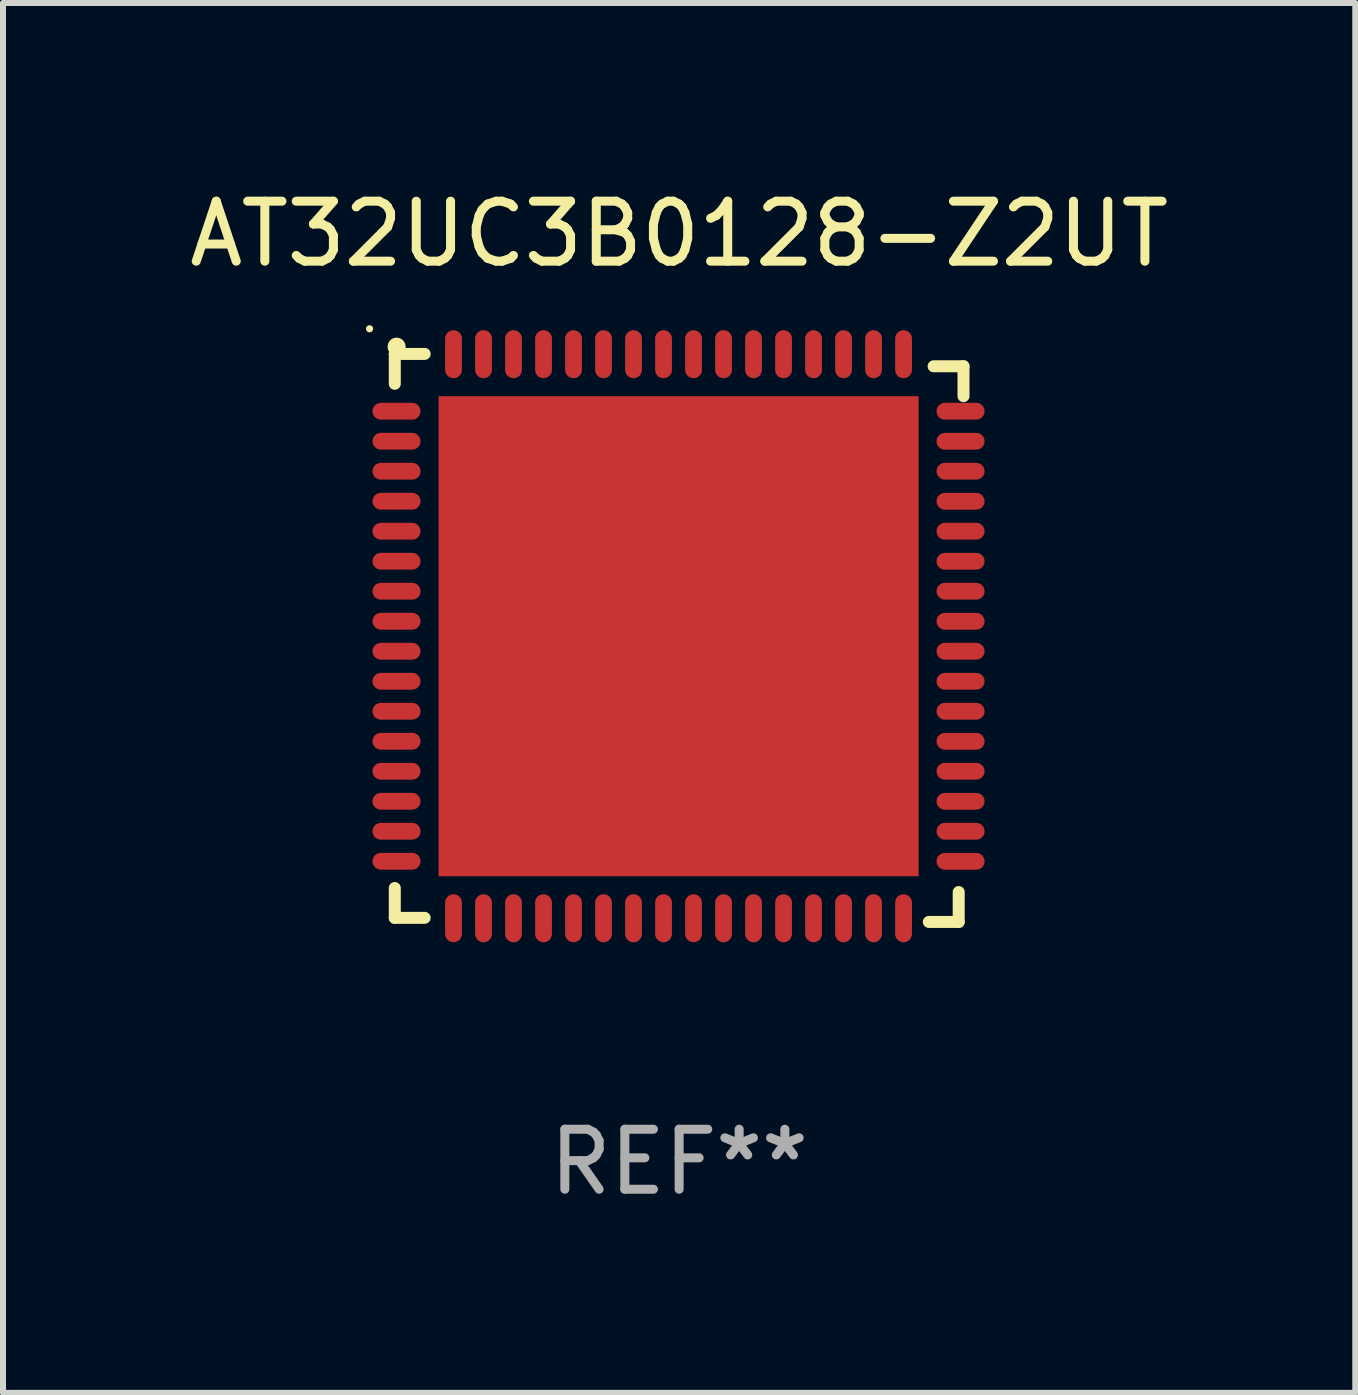
<source format=kicad_pcb>
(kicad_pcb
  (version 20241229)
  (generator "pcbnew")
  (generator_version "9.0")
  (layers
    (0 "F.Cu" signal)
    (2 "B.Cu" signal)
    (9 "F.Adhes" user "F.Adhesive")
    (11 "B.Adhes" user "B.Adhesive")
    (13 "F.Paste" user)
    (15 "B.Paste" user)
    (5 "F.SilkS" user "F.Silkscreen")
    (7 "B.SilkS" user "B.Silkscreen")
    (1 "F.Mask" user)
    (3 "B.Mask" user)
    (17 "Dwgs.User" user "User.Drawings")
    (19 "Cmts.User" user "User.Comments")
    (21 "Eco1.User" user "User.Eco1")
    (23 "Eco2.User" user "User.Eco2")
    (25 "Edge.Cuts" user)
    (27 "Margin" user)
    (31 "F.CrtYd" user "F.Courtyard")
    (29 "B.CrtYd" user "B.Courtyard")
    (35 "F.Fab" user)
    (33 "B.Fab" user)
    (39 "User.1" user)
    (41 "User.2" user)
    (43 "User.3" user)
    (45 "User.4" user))
  (footprint "AT32UC3B0128-Z2UT"
    (layer "F.Cu")
    (at 8.268 7.581)
    (property "Reference" "AT32UC3B0128-Z2UT" (at 0 -6.733 0) (layer "F.SilkS") (effects (font (size 1 1) (thickness 0.15))))
    (attr through_hole)
    (fp_line (start -4.739 -4.733) (end -4.241 -4.733) (stroke (width 0.2) (type solid)) (layer "F.SilkS"))
    (fp_line (start -4.739 -4.235) (end -4.739 -4.733) (stroke (width 0.2) (type solid)) (layer "F.SilkS"))
    (fp_line (start -4.739 4.168) (end -4.739 4.665) (stroke (width 0.2) (type solid)) (layer "F.SilkS"))
    (fp_line (start -4.739 4.665) (end -4.241 4.665) (stroke (width 0.2) (type solid)) (layer "F.SilkS"))
    (fp_line (start 4.161 4.733) (end 4.659 4.733) (stroke (width 0.2) (type solid)) (layer "F.SilkS"))
    (fp_line (start 4.241 -4.527) (end 4.739 -4.527) (stroke (width 0.2) (type solid)) (layer "F.SilkS"))
    (fp_line (start 4.659 4.733) (end 4.659 4.235) (stroke (width 0.2) (type solid)) (layer "F.SilkS"))
    (fp_line (start 4.739 -4.527) (end 4.739 -4.029) (stroke (width 0.2) (type solid)) (layer "F.SilkS"))
    (fp_arc (start -4.708623 -4.85108) (mid -4.708628 -4.85235) (end -4.708623 -4.85362) (stroke (width 0.3) (type solid)) (layer "F.SilkS"))
    (fp_circle (center -5.159 -5.152) (end -5.129 -5.152) (stroke (width 0.06) (type solid)) (fill no) (layer "F.SilkS"))
    (fp_text user "REF**" (at 0 8.733 0) (layer "F.Fab") (effects (font (size 1 1) (thickness 0.15))))
    (pad "1" smd oval (at -4.71 -3.778 90) (size 0.28 0.8) (layers "F.Cu" "F.Mask" "F.Paste"))
    (pad "2" smd oval (at -4.71 -3.278 90) (size 0.28 0.8) (layers "F.Cu" "F.Mask" "F.Paste"))
    (pad "3" smd oval (at -4.71 -2.778 90) (size 0.28 0.8) (layers "F.Cu" "F.Mask" "F.Paste"))
    (pad "4" smd oval (at -4.71 -2.278 90) (size 0.28 0.8) (layers "F.Cu" "F.Mask" "F.Paste"))
    (pad "5" smd oval (at -4.71 -1.778 90) (size 0.28 0.8) (layers "F.Cu" "F.Mask" "F.Paste"))
    (pad "6" smd oval (at -4.71 -1.278 90) (size 0.28 0.8) (layers "F.Cu" "F.Mask" "F.Paste"))
    (pad "7" smd oval (at -4.71 -0.778 90) (size 0.28 0.8) (layers "F.Cu" "F.Mask" "F.Paste"))
    (pad "8" smd oval (at -4.71 -0.278 90) (size 0.28 0.8) (layers "F.Cu" "F.Mask" "F.Paste"))
    (pad "9" smd oval (at -4.71 0.222 90) (size 0.28 0.8) (layers "F.Cu" "F.Mask" "F.Paste"))
    (pad "10" smd oval (at -4.71 0.722 90) (size 0.28 0.8) (layers "F.Cu" "F.Mask" "F.Paste"))
    (pad "11" smd oval (at -4.71 1.222 90) (size 0.28 0.8) (layers "F.Cu" "F.Mask" "F.Paste"))
    (pad "12" smd oval (at -4.71 1.722 90) (size 0.28 0.8) (layers "F.Cu" "F.Mask" "F.Paste"))
    (pad "13" smd oval (at -4.71 2.222 90) (size 0.28 0.8) (layers "F.Cu" "F.Mask" "F.Paste"))
    (pad "14" smd oval (at -4.71 2.722 90) (size 0.28 0.8) (layers "F.Cu" "F.Mask" "F.Paste"))
    (pad "15" smd oval (at -4.71 3.222 90) (size 0.28 0.8) (layers "F.Cu" "F.Mask" "F.Paste"))
    (pad "16" smd oval (at -4.71 3.722 90) (size 0.28 0.8) (layers "F.Cu" "F.Mask" "F.Paste"))
    (pad "17" smd oval (at -3.76 4.672 180) (size 0.28 0.8) (layers "F.Cu" "F.Mask" "F.Paste"))
    (pad "18" smd oval (at -3.26 4.672 180) (size 0.28 0.8) (layers "F.Cu" "F.Mask" "F.Paste"))
    (pad "19" smd oval (at -2.76 4.672 180) (size 0.28 0.8) (layers "F.Cu" "F.Mask" "F.Paste"))
    (pad "20" smd oval (at -2.26 4.672 180) (size 0.28 0.8) (layers "F.Cu" "F.Mask" "F.Paste"))
    (pad "21" smd oval (at -1.76 4.672 180) (size 0.28 0.8) (layers "F.Cu" "F.Mask" "F.Paste"))
    (pad "22" smd oval (at -1.26 4.672 180) (size 0.28 0.8) (layers "F.Cu" "F.Mask" "F.Paste"))
    (pad "23" smd oval (at -0.76 4.672 180) (size 0.28 0.8) (layers "F.Cu" "F.Mask" "F.Paste"))
    (pad "24" smd oval (at -0.26 4.672 180) (size 0.28 0.8) (layers "F.Cu" "F.Mask" "F.Paste"))
    (pad "25" smd oval (at 0.24 4.672 180) (size 0.28 0.8) (layers "F.Cu" "F.Mask" "F.Paste"))
    (pad "26" smd oval (at 0.74 4.672 180) (size 0.28 0.8) (layers "F.Cu" "F.Mask" "F.Paste"))
    (pad "27" smd oval (at 1.24 4.672 180) (size 0.28 0.8) (layers "F.Cu" "F.Mask" "F.Paste"))
    (pad "28" smd oval (at 1.74 4.672 180) (size 0.28 0.8) (layers "F.Cu" "F.Mask" "F.Paste"))
    (pad "29" smd oval (at 2.24 4.672 180) (size 0.28 0.8) (layers "F.Cu" "F.Mask" "F.Paste"))
    (pad "30" smd oval (at 2.74 4.672 180) (size 0.28 0.8) (layers "F.Cu" "F.Mask" "F.Paste"))
    (pad "31" smd oval (at 3.24 4.672 180) (size 0.28 0.8) (layers "F.Cu" "F.Mask" "F.Paste"))
    (pad "32" smd oval (at 3.74 4.672 180) (size 0.28 0.8) (layers "F.Cu" "F.Mask" "F.Paste"))
    (pad "33" smd oval (at 4.69 3.723 270) (size 0.28 0.8) (layers "F.Cu" "F.Mask" "F.Paste"))
    (pad "34" smd oval (at 4.69 3.222 270) (size 0.28 0.8) (layers "F.Cu" "F.Mask" "F.Paste"))
    (pad "35" smd oval (at 4.69 2.723 270) (size 0.28 0.8) (layers "F.Cu" "F.Mask" "F.Paste"))
    (pad "36" smd oval (at 4.69 2.222 270) (size 0.28 0.8) (layers "F.Cu" "F.Mask" "F.Paste"))
    (pad "37" smd oval (at 4.69 1.723 270) (size 0.28 0.8) (layers "F.Cu" "F.Mask" "F.Paste"))
    (pad "38" smd oval (at 4.69 1.222 270) (size 0.28 0.8) (layers "F.Cu" "F.Mask" "F.Paste"))
    (pad "39" smd oval (at 4.69 0.723 270) (size 0.28 0.8) (layers "F.Cu" "F.Mask" "F.Paste"))
    (pad "40" smd oval (at 4.69 0.222 270) (size 0.28 0.8) (layers "F.Cu" "F.Mask" "F.Paste"))
    (pad "41" smd oval (at 4.69 -0.277 270) (size 0.28 0.8) (layers "F.Cu" "F.Mask" "F.Paste"))
    (pad "42" smd oval (at 4.69 -0.778 270) (size 0.28 0.8) (layers "F.Cu" "F.Mask" "F.Paste"))
    (pad "43" smd oval (at 4.69 -1.277 270) (size 0.28 0.8) (layers "F.Cu" "F.Mask" "F.Paste"))
    (pad "44" smd oval (at 4.69 -1.778 270) (size 0.28 0.8) (layers "F.Cu" "F.Mask" "F.Paste"))
    (pad "45" smd oval (at 4.69 -2.277 270) (size 0.28 0.8) (layers "F.Cu" "F.Mask" "F.Paste"))
    (pad "46" smd oval (at 4.69 -2.778 270) (size 0.28 0.8) (layers "F.Cu" "F.Mask" "F.Paste"))
    (pad "47" smd oval (at 4.69 -3.277 270) (size 0.28 0.8) (layers "F.Cu" "F.Mask" "F.Paste"))
    (pad "48" smd oval (at 4.69 -3.778 270) (size 0.28 0.8) (layers "F.Cu" "F.Mask" "F.Paste"))
    (pad "49" smd oval (at 3.74 -4.728) (size 0.28 0.8) (layers "F.Cu" "F.Mask" "F.Paste"))
    (pad "50" smd oval (at 3.24 -4.728) (size 0.28 0.8) (layers "F.Cu" "F.Mask" "F.Paste"))
    (pad "51" smd oval (at 2.74 -4.728) (size 0.28 0.8) (layers "F.Cu" "F.Mask" "F.Paste"))
    (pad "52" smd oval (at 2.24 -4.728) (size 0.28 0.8) (layers "F.Cu" "F.Mask" "F.Paste"))
    (pad "53" smd oval (at 1.74 -4.728) (size 0.28 0.8) (layers "F.Cu" "F.Mask" "F.Paste"))
    (pad "54" smd oval (at 1.24 -4.728) (size 0.28 0.8) (layers "F.Cu" "F.Mask" "F.Paste"))
    (pad "55" smd oval (at 0.74 -4.728) (size 0.28 0.8) (layers "F.Cu" "F.Mask" "F.Paste"))
    (pad "56" smd oval (at 0.24 -4.728) (size 0.28 0.8) (layers "F.Cu" "F.Mask" "F.Paste"))
    (pad "57" smd oval (at -0.26 -4.728) (size 0.28 0.8) (layers "F.Cu" "F.Mask" "F.Paste"))
    (pad "58" smd oval (at -0.76 -4.728) (size 0.28 0.8) (layers "F.Cu" "F.Mask" "F.Paste"))
    (pad "59" smd oval (at -1.26 -4.728) (size 0.28 0.8) (layers "F.Cu" "F.Mask" "F.Paste"))
    (pad "60" smd oval (at -1.76 -4.728) (size 0.28 0.8) (layers "F.Cu" "F.Mask" "F.Paste"))
    (pad "61" smd oval (at -2.26 -4.728) (size 0.28 0.8) (layers "F.Cu" "F.Mask" "F.Paste"))
    (pad "62" smd oval (at -2.76 -4.728) (size 0.28 0.8) (layers "F.Cu" "F.Mask" "F.Paste"))
    (pad "63" smd oval (at -3.26 -4.728) (size 0.28 0.8) (layers "F.Cu" "F.Mask" "F.Paste"))
    (pad "64" smd oval (at -3.76 -4.728) (size 0.28 0.8) (layers "F.Cu" "F.Mask" "F.Paste"))
    (pad "65" smd rect (at -0.009 -0.028 90) (size 8 8) (layers "F.Cu" "F.Mask" "F.Paste")))
  (gr_rect
    (start -3 -3)
    (end 19.536 20.162)
    (stroke (width 0.1) (type default))
    (fill no)
    (layer "Edge.Cuts")))
</source>
